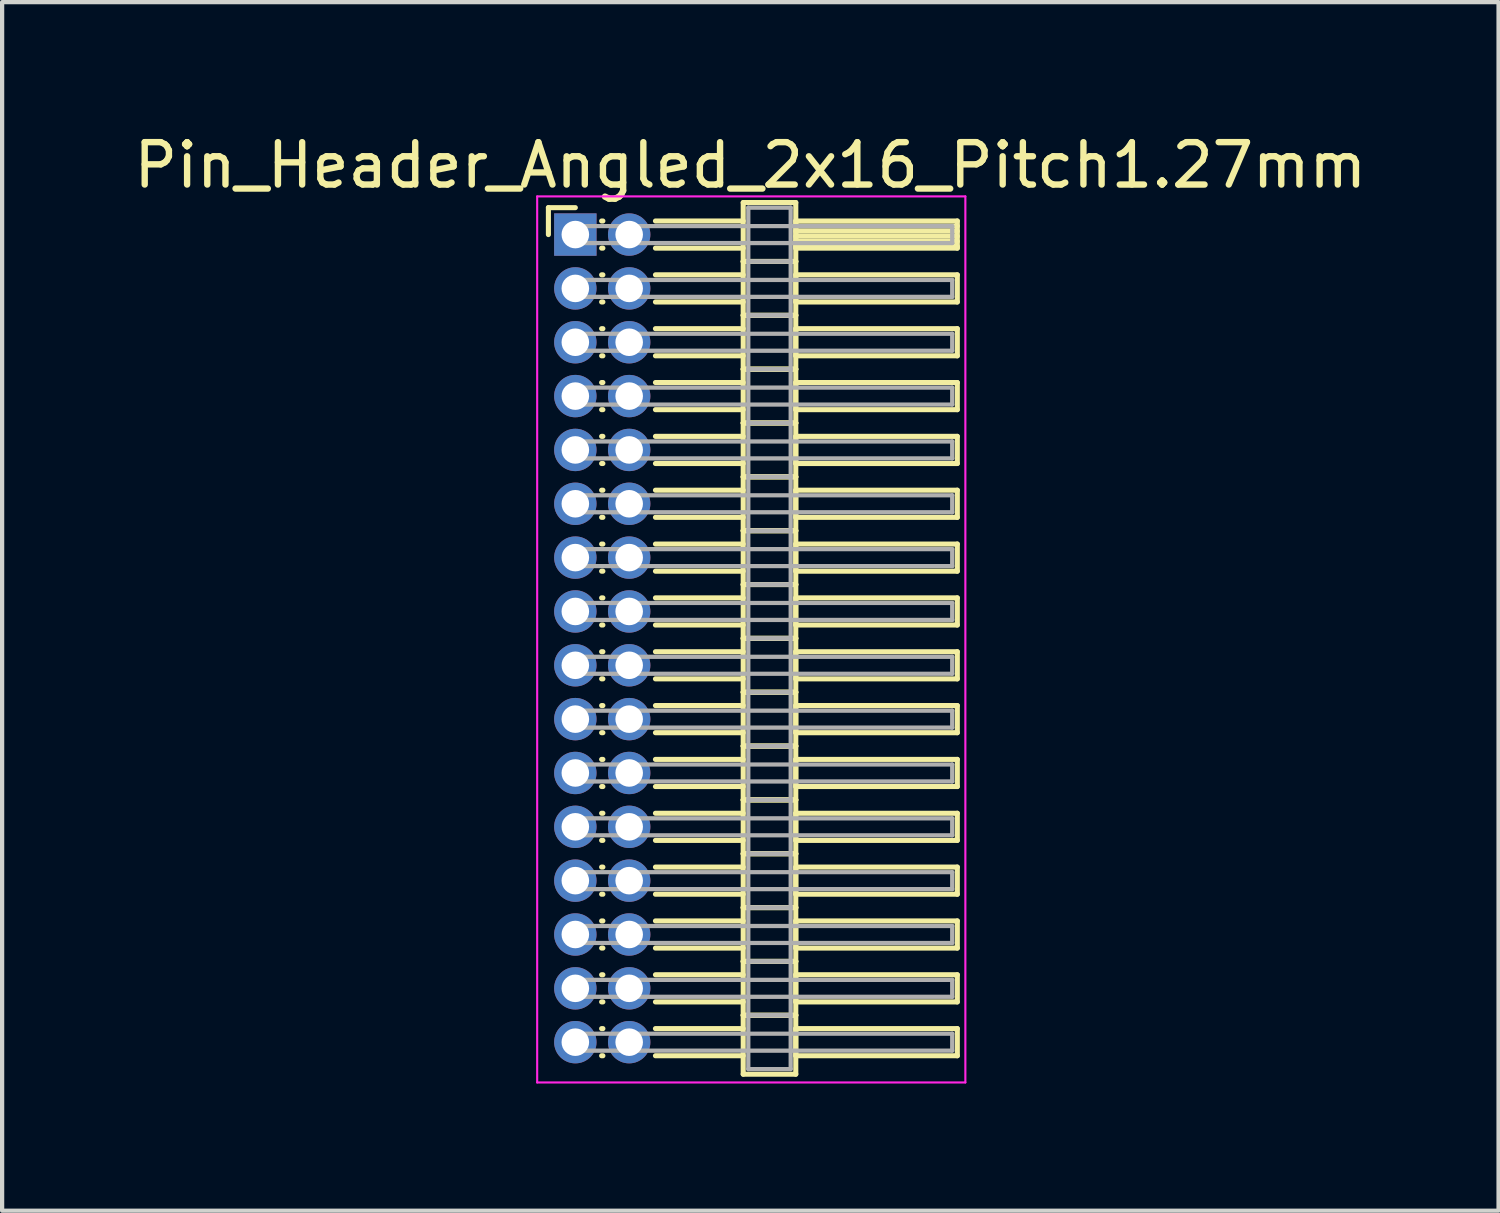
<source format=kicad_pcb>
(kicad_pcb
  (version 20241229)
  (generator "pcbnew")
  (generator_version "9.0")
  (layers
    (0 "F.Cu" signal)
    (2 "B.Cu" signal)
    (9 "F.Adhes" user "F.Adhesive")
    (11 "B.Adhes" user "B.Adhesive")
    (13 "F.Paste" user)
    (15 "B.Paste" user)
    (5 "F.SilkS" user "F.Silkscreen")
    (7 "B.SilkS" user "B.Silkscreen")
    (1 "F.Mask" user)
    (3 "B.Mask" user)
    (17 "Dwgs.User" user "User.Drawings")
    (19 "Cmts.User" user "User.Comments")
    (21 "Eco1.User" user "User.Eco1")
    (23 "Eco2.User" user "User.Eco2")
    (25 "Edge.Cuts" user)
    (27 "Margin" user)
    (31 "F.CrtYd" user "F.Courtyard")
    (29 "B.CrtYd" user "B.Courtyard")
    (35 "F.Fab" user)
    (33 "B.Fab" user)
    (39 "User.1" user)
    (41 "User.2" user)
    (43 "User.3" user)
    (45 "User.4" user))
  (footprint "Pin_Header_Angled_2x16_Pitch1.27mm"
    (layer "F.Cu")
    (at 10.521 2.483)
    (property "Reference" "Pin_Header_Angled_2x16_Pitch1.27mm" (at 4.128 -1.635 0) (layer "F.SilkS") (effects (font (size 1 1) (thickness 0.15))))
    (attr through_hole)
    (fp_line (start -0.635 -0.635) (end 0 -0.635) (stroke (width 0.12) (type solid)) (layer "F.SilkS"))
    (fp_line (start -0.635 0) (end -0.635 -0.635) (stroke (width 0.12) (type solid)) (layer "F.SilkS"))
    (fp_line (start 0.62 -0.32) (end 0.65 -0.32) (stroke (width 0.12) (type solid)) (layer "F.SilkS"))
    (fp_line (start 0.62 0.32) (end 0.65 0.32) (stroke (width 0.12) (type solid)) (layer "F.SilkS"))
    (fp_line (start 0.62 0.95) (end 0.65 0.95) (stroke (width 0.12) (type solid)) (layer "F.SilkS"))
    (fp_line (start 0.62 1.59) (end 0.65 1.59) (stroke (width 0.12) (type solid)) (layer "F.SilkS"))
    (fp_line (start 0.62 2.22) (end 0.65 2.22) (stroke (width 0.12) (type solid)) (layer "F.SilkS"))
    (fp_line (start 0.62 2.86) (end 0.65 2.86) (stroke (width 0.12) (type solid)) (layer "F.SilkS"))
    (fp_line (start 0.62 3.49) (end 0.65 3.49) (stroke (width 0.12) (type solid)) (layer "F.SilkS"))
    (fp_line (start 0.62 4.13) (end 0.65 4.13) (stroke (width 0.12) (type solid)) (layer "F.SilkS"))
    (fp_line (start 0.62 4.76) (end 0.65 4.76) (stroke (width 0.12) (type solid)) (layer "F.SilkS"))
    (fp_line (start 0.62 5.4) (end 0.65 5.4) (stroke (width 0.12) (type solid)) (layer "F.SilkS"))
    (fp_line (start 0.62 6.03) (end 0.65 6.03) (stroke (width 0.12) (type solid)) (layer "F.SilkS"))
    (fp_line (start 0.62 6.67) (end 0.65 6.67) (stroke (width 0.12) (type solid)) (layer "F.SilkS"))
    (fp_line (start 0.62 7.3) (end 0.65 7.3) (stroke (width 0.12) (type solid)) (layer "F.SilkS"))
    (fp_line (start 0.62 7.94) (end 0.65 7.94) (stroke (width 0.12) (type solid)) (layer "F.SilkS"))
    (fp_line (start 0.62 8.57) (end 0.65 8.57) (stroke (width 0.12) (type solid)) (layer "F.SilkS"))
    (fp_line (start 0.62 9.21) (end 0.65 9.21) (stroke (width 0.12) (type solid)) (layer "F.SilkS"))
    (fp_line (start 0.62 9.84) (end 0.65 9.84) (stroke (width 0.12) (type solid)) (layer "F.SilkS"))
    (fp_line (start 0.62 10.48) (end 0.65 10.48) (stroke (width 0.12) (type solid)) (layer "F.SilkS"))
    (fp_line (start 0.62 11.11) (end 0.65 11.11) (stroke (width 0.12) (type solid)) (layer "F.SilkS"))
    (fp_line (start 0.62 11.75) (end 0.65 11.75) (stroke (width 0.12) (type solid)) (layer "F.SilkS"))
    (fp_line (start 0.62 12.38) (end 0.65 12.38) (stroke (width 0.12) (type solid)) (layer "F.SilkS"))
    (fp_line (start 0.62 13.02) (end 0.65 13.02) (stroke (width 0.12) (type solid)) (layer "F.SilkS"))
    (fp_line (start 0.62 13.65) (end 0.65 13.65) (stroke (width 0.12) (type solid)) (layer "F.SilkS"))
    (fp_line (start 0.62 14.29) (end 0.65 14.29) (stroke (width 0.12) (type solid)) (layer "F.SilkS"))
    (fp_line (start 0.62 14.92) (end 0.65 14.92) (stroke (width 0.12) (type solid)) (layer "F.SilkS"))
    (fp_line (start 0.62 15.56) (end 0.65 15.56) (stroke (width 0.12) (type solid)) (layer "F.SilkS"))
    (fp_line (start 0.62 16.19) (end 0.65 16.19) (stroke (width 0.12) (type solid)) (layer "F.SilkS"))
    (fp_line (start 0.62 16.83) (end 0.65 16.83) (stroke (width 0.12) (type solid)) (layer "F.SilkS"))
    (fp_line (start 0.62 17.46) (end 0.65 17.46) (stroke (width 0.12) (type solid)) (layer "F.SilkS"))
    (fp_line (start 0.62 18.1) (end 0.65 18.1) (stroke (width 0.12) (type solid)) (layer "F.SilkS"))
    (fp_line (start 0.62 18.73) (end 0.65 18.73) (stroke (width 0.12) (type solid)) (layer "F.SilkS"))
    (fp_line (start 0.62 19.37) (end 0.65 19.37) (stroke (width 0.12) (type solid)) (layer "F.SilkS"))
    (fp_line (start 1.89 -0.32) (end 3.96 -0.32) (stroke (width 0.12) (type solid)) (layer "F.SilkS"))
    (fp_line (start 1.89 0.32) (end 3.96 0.32) (stroke (width 0.12) (type solid)) (layer "F.SilkS"))
    (fp_line (start 1.89 0.95) (end 3.96 0.95) (stroke (width 0.12) (type solid)) (layer "F.SilkS"))
    (fp_line (start 1.89 1.59) (end 3.96 1.59) (stroke (width 0.12) (type solid)) (layer "F.SilkS"))
    (fp_line (start 1.89 2.22) (end 3.96 2.22) (stroke (width 0.12) (type solid)) (layer "F.SilkS"))
    (fp_line (start 1.89 2.86) (end 3.96 2.86) (stroke (width 0.12) (type solid)) (layer "F.SilkS"))
    (fp_line (start 1.89 3.49) (end 3.96 3.49) (stroke (width 0.12) (type solid)) (layer "F.SilkS"))
    (fp_line (start 1.89 4.13) (end 3.96 4.13) (stroke (width 0.12) (type solid)) (layer "F.SilkS"))
    (fp_line (start 1.89 4.76) (end 3.96 4.76) (stroke (width 0.12) (type solid)) (layer "F.SilkS"))
    (fp_line (start 1.89 5.4) (end 3.96 5.4) (stroke (width 0.12) (type solid)) (layer "F.SilkS"))
    (fp_line (start 1.89 6.03) (end 3.96 6.03) (stroke (width 0.12) (type solid)) (layer "F.SilkS"))
    (fp_line (start 1.89 6.67) (end 3.96 6.67) (stroke (width 0.12) (type solid)) (layer "F.SilkS"))
    (fp_line (start 1.89 7.3) (end 3.96 7.3) (stroke (width 0.12) (type solid)) (layer "F.SilkS"))
    (fp_line (start 1.89 7.94) (end 3.96 7.94) (stroke (width 0.12) (type solid)) (layer "F.SilkS"))
    (fp_line (start 1.89 8.57) (end 3.96 8.57) (stroke (width 0.12) (type solid)) (layer "F.SilkS"))
    (fp_line (start 1.89 9.21) (end 3.96 9.21) (stroke (width 0.12) (type solid)) (layer "F.SilkS"))
    (fp_line (start 1.89 9.84) (end 3.96 9.84) (stroke (width 0.12) (type solid)) (layer "F.SilkS"))
    (fp_line (start 1.89 10.48) (end 3.96 10.48) (stroke (width 0.12) (type solid)) (layer "F.SilkS"))
    (fp_line (start 1.89 11.11) (end 3.96 11.11) (stroke (width 0.12) (type solid)) (layer "F.SilkS"))
    (fp_line (start 1.89 11.75) (end 3.96 11.75) (stroke (width 0.12) (type solid)) (layer "F.SilkS"))
    (fp_line (start 1.89 12.38) (end 3.96 12.38) (stroke (width 0.12) (type solid)) (layer "F.SilkS"))
    (fp_line (start 1.89 13.02) (end 3.96 13.02) (stroke (width 0.12) (type solid)) (layer "F.SilkS"))
    (fp_line (start 1.89 13.65) (end 3.96 13.65) (stroke (width 0.12) (type solid)) (layer "F.SilkS"))
    (fp_line (start 1.89 14.29) (end 3.96 14.29) (stroke (width 0.12) (type solid)) (layer "F.SilkS"))
    (fp_line (start 1.89 14.92) (end 3.96 14.92) (stroke (width 0.12) (type solid)) (layer "F.SilkS"))
    (fp_line (start 1.89 15.56) (end 3.96 15.56) (stroke (width 0.12) (type solid)) (layer "F.SilkS"))
    (fp_line (start 1.89 16.19) (end 3.96 16.19) (stroke (width 0.12) (type solid)) (layer "F.SilkS"))
    (fp_line (start 1.89 16.83) (end 3.96 16.83) (stroke (width 0.12) (type solid)) (layer "F.SilkS"))
    (fp_line (start 1.89 17.46) (end 3.96 17.46) (stroke (width 0.12) (type solid)) (layer "F.SilkS"))
    (fp_line (start 1.89 18.1) (end 3.96 18.1) (stroke (width 0.12) (type solid)) (layer "F.SilkS"))
    (fp_line (start 1.89 18.73) (end 3.96 18.73) (stroke (width 0.12) (type solid)) (layer "F.SilkS"))
    (fp_line (start 1.89 19.37) (end 3.96 19.37) (stroke (width 0.12) (type solid)) (layer "F.SilkS"))
    (fp_line (start 3.96 -0.755) (end 3.96 0.635) (stroke (width 0.12) (type solid)) (layer "F.SilkS"))
    (fp_line (start 3.96 0.635) (end 3.96 1.905) (stroke (width 0.12) (type solid)) (layer "F.SilkS"))
    (fp_line (start 3.96 0.635) (end 5.2 0.635) (stroke (width 0.12) (type solid)) (layer "F.SilkS"))
    (fp_line (start 3.96 1.905) (end 3.96 3.175) (stroke (width 0.12) (type solid)) (layer "F.SilkS"))
    (fp_line (start 3.96 1.905) (end 5.2 1.905) (stroke (width 0.12) (type solid)) (layer "F.SilkS"))
    (fp_line (start 3.96 3.175) (end 3.96 4.445) (stroke (width 0.12) (type solid)) (layer "F.SilkS"))
    (fp_line (start 3.96 3.175) (end 5.2 3.175) (stroke (width 0.12) (type solid)) (layer "F.SilkS"))
    (fp_line (start 3.96 4.445) (end 3.96 5.715) (stroke (width 0.12) (type solid)) (layer "F.SilkS"))
    (fp_line (start 3.96 4.445) (end 5.2 4.445) (stroke (width 0.12) (type solid)) (layer "F.SilkS"))
    (fp_line (start 3.96 5.715) (end 3.96 6.985) (stroke (width 0.12) (type solid)) (layer "F.SilkS"))
    (fp_line (start 3.96 5.715) (end 5.2 5.715) (stroke (width 0.12) (type solid)) (layer "F.SilkS"))
    (fp_line (start 3.96 6.985) (end 3.96 8.255) (stroke (width 0.12) (type solid)) (layer "F.SilkS"))
    (fp_line (start 3.96 6.985) (end 5.2 6.985) (stroke (width 0.12) (type solid)) (layer "F.SilkS"))
    (fp_line (start 3.96 8.255) (end 3.96 9.525) (stroke (width 0.12) (type solid)) (layer "F.SilkS"))
    (fp_line (start 3.96 8.255) (end 5.2 8.255) (stroke (width 0.12) (type solid)) (layer "F.SilkS"))
    (fp_line (start 3.96 9.525) (end 3.96 10.795) (stroke (width 0.12) (type solid)) (layer "F.SilkS"))
    (fp_line (start 3.96 9.525) (end 5.2 9.525) (stroke (width 0.12) (type solid)) (layer "F.SilkS"))
    (fp_line (start 3.96 10.795) (end 3.96 12.065) (stroke (width 0.12) (type solid)) (layer "F.SilkS"))
    (fp_line (start 3.96 10.795) (end 5.2 10.795) (stroke (width 0.12) (type solid)) (layer "F.SilkS"))
    (fp_line (start 3.96 12.065) (end 3.96 13.335) (stroke (width 0.12) (type solid)) (layer "F.SilkS"))
    (fp_line (start 3.96 12.065) (end 5.2 12.065) (stroke (width 0.12) (type solid)) (layer "F.SilkS"))
    (fp_line (start 3.96 13.335) (end 3.96 14.605) (stroke (width 0.12) (type solid)) (layer "F.SilkS"))
    (fp_line (start 3.96 13.335) (end 5.2 13.335) (stroke (width 0.12) (type solid)) (layer "F.SilkS"))
    (fp_line (start 3.96 14.605) (end 3.96 15.875) (stroke (width 0.12) (type solid)) (layer "F.SilkS"))
    (fp_line (start 3.96 14.605) (end 5.2 14.605) (stroke (width 0.12) (type solid)) (layer "F.SilkS"))
    (fp_line (start 3.96 15.875) (end 3.96 17.145) (stroke (width 0.12) (type solid)) (layer "F.SilkS"))
    (fp_line (start 3.96 15.875) (end 5.2 15.875) (stroke (width 0.12) (type solid)) (layer "F.SilkS"))
    (fp_line (start 3.96 17.145) (end 3.96 18.415) (stroke (width 0.12) (type solid)) (layer "F.SilkS"))
    (fp_line (start 3.96 17.145) (end 5.2 17.145) (stroke (width 0.12) (type solid)) (layer "F.SilkS"))
    (fp_line (start 3.96 18.415) (end 3.96 19.805) (stroke (width 0.12) (type solid)) (layer "F.SilkS"))
    (fp_line (start 3.96 18.415) (end 5.2 18.415) (stroke (width 0.12) (type solid)) (layer "F.SilkS"))
    (fp_line (start 3.96 19.805) (end 5.2 19.805) (stroke (width 0.12) (type solid)) (layer "F.SilkS"))
    (fp_line (start 5.2 -0.755) (end 3.96 -0.755) (stroke (width 0.12) (type solid)) (layer "F.SilkS"))
    (fp_line (start 5.2 -0.32) (end 5.2 0.32) (stroke (width 0.12) (type solid)) (layer "F.SilkS"))
    (fp_line (start 5.2 -0.2) (end 9.01 -0.2) (stroke (width 0.12) (type solid)) (layer "F.SilkS"))
    (fp_line (start 5.2 -0.08) (end 9.01 -0.08) (stroke (width 0.12) (type solid)) (layer "F.SilkS"))
    (fp_line (start 5.2 0.04) (end 9.01 0.04) (stroke (width 0.12) (type solid)) (layer "F.SilkS"))
    (fp_line (start 5.2 0.16) (end 9.01 0.16) (stroke (width 0.12) (type solid)) (layer "F.SilkS"))
    (fp_line (start 5.2 0.28) (end 9.01 0.28) (stroke (width 0.12) (type solid)) (layer "F.SilkS"))
    (fp_line (start 5.2 0.32) (end 9.01 0.32) (stroke (width 0.12) (type solid)) (layer "F.SilkS"))
    (fp_line (start 5.2 0.635) (end 3.96 0.635) (stroke (width 0.12) (type solid)) (layer "F.SilkS"))
    (fp_line (start 5.2 0.635) (end 5.2 -0.755) (stroke (width 0.12) (type solid)) (layer "F.SilkS"))
    (fp_line (start 5.2 0.95) (end 5.2 1.59) (stroke (width 0.12) (type solid)) (layer "F.SilkS"))
    (fp_line (start 5.2 1.59) (end 9.01 1.59) (stroke (width 0.12) (type solid)) (layer "F.SilkS"))
    (fp_line (start 5.2 1.905) (end 3.96 1.905) (stroke (width 0.12) (type solid)) (layer "F.SilkS"))
    (fp_line (start 5.2 1.905) (end 5.2 0.635) (stroke (width 0.12) (type solid)) (layer "F.SilkS"))
    (fp_line (start 5.2 2.22) (end 5.2 2.86) (stroke (width 0.12) (type solid)) (layer "F.SilkS"))
    (fp_line (start 5.2 2.86) (end 9.01 2.86) (stroke (width 0.12) (type solid)) (layer "F.SilkS"))
    (fp_line (start 5.2 3.175) (end 3.96 3.175) (stroke (width 0.12) (type solid)) (layer "F.SilkS"))
    (fp_line (start 5.2 3.175) (end 5.2 1.905) (stroke (width 0.12) (type solid)) (layer "F.SilkS"))
    (fp_line (start 5.2 3.49) (end 5.2 4.13) (stroke (width 0.12) (type solid)) (layer "F.SilkS"))
    (fp_line (start 5.2 4.13) (end 9.01 4.13) (stroke (width 0.12) (type solid)) (layer "F.SilkS"))
    (fp_line (start 5.2 4.445) (end 3.96 4.445) (stroke (width 0.12) (type solid)) (layer "F.SilkS"))
    (fp_line (start 5.2 4.445) (end 5.2 3.175) (stroke (width 0.12) (type solid)) (layer "F.SilkS"))
    (fp_line (start 5.2 4.76) (end 5.2 5.4) (stroke (width 0.12) (type solid)) (layer "F.SilkS"))
    (fp_line (start 5.2 5.4) (end 9.01 5.4) (stroke (width 0.12) (type solid)) (layer "F.SilkS"))
    (fp_line (start 5.2 5.715) (end 3.96 5.715) (stroke (width 0.12) (type solid)) (layer "F.SilkS"))
    (fp_line (start 5.2 5.715) (end 5.2 4.445) (stroke (width 0.12) (type solid)) (layer "F.SilkS"))
    (fp_line (start 5.2 6.03) (end 5.2 6.67) (stroke (width 0.12) (type solid)) (layer "F.SilkS"))
    (fp_line (start 5.2 6.67) (end 9.01 6.67) (stroke (width 0.12) (type solid)) (layer "F.SilkS"))
    (fp_line (start 5.2 6.985) (end 3.96 6.985) (stroke (width 0.12) (type solid)) (layer "F.SilkS"))
    (fp_line (start 5.2 6.985) (end 5.2 5.715) (stroke (width 0.12) (type solid)) (layer "F.SilkS"))
    (fp_line (start 5.2 7.3) (end 5.2 7.94) (stroke (width 0.12) (type solid)) (layer "F.SilkS"))
    (fp_line (start 5.2 7.94) (end 9.01 7.94) (stroke (width 0.12) (type solid)) (layer "F.SilkS"))
    (fp_line (start 5.2 8.255) (end 3.96 8.255) (stroke (width 0.12) (type solid)) (layer "F.SilkS"))
    (fp_line (start 5.2 8.255) (end 5.2 6.985) (stroke (width 0.12) (type solid)) (layer "F.SilkS"))
    (fp_line (start 5.2 8.57) (end 5.2 9.21) (stroke (width 0.12) (type solid)) (layer "F.SilkS"))
    (fp_line (start 5.2 9.21) (end 9.01 9.21) (stroke (width 0.12) (type solid)) (layer "F.SilkS"))
    (fp_line (start 5.2 9.525) (end 3.96 9.525) (stroke (width 0.12) (type solid)) (layer "F.SilkS"))
    (fp_line (start 5.2 9.525) (end 5.2 8.255) (stroke (width 0.12) (type solid)) (layer "F.SilkS"))
    (fp_line (start 5.2 9.84) (end 5.2 10.48) (stroke (width 0.12) (type solid)) (layer "F.SilkS"))
    (fp_line (start 5.2 10.48) (end 9.01 10.48) (stroke (width 0.12) (type solid)) (layer "F.SilkS"))
    (fp_line (start 5.2 10.795) (end 3.96 10.795) (stroke (width 0.12) (type solid)) (layer "F.SilkS"))
    (fp_line (start 5.2 10.795) (end 5.2 9.525) (stroke (width 0.12) (type solid)) (layer "F.SilkS"))
    (fp_line (start 5.2 11.11) (end 5.2 11.75) (stroke (width 0.12) (type solid)) (layer "F.SilkS"))
    (fp_line (start 5.2 11.75) (end 9.01 11.75) (stroke (width 0.12) (type solid)) (layer "F.SilkS"))
    (fp_line (start 5.2 12.065) (end 3.96 12.065) (stroke (width 0.12) (type solid)) (layer "F.SilkS"))
    (fp_line (start 5.2 12.065) (end 5.2 10.795) (stroke (width 0.12) (type solid)) (layer "F.SilkS"))
    (fp_line (start 5.2 12.38) (end 5.2 13.02) (stroke (width 0.12) (type solid)) (layer "F.SilkS"))
    (fp_line (start 5.2 13.02) (end 9.01 13.02) (stroke (width 0.12) (type solid)) (layer "F.SilkS"))
    (fp_line (start 5.2 13.335) (end 3.96 13.335) (stroke (width 0.12) (type solid)) (layer "F.SilkS"))
    (fp_line (start 5.2 13.335) (end 5.2 12.065) (stroke (width 0.12) (type solid)) (layer "F.SilkS"))
    (fp_line (start 5.2 13.65) (end 5.2 14.29) (stroke (width 0.12) (type solid)) (layer "F.SilkS"))
    (fp_line (start 5.2 14.29) (end 9.01 14.29) (stroke (width 0.12) (type solid)) (layer "F.SilkS"))
    (fp_line (start 5.2 14.605) (end 3.96 14.605) (stroke (width 0.12) (type solid)) (layer "F.SilkS"))
    (fp_line (start 5.2 14.605) (end 5.2 13.335) (stroke (width 0.12) (type solid)) (layer "F.SilkS"))
    (fp_line (start 5.2 14.92) (end 5.2 15.56) (stroke (width 0.12) (type solid)) (layer "F.SilkS"))
    (fp_line (start 5.2 15.56) (end 9.01 15.56) (stroke (width 0.12) (type solid)) (layer "F.SilkS"))
    (fp_line (start 5.2 15.875) (end 3.96 15.875) (stroke (width 0.12) (type solid)) (layer "F.SilkS"))
    (fp_line (start 5.2 15.875) (end 5.2 14.605) (stroke (width 0.12) (type solid)) (layer "F.SilkS"))
    (fp_line (start 5.2 16.19) (end 5.2 16.83) (stroke (width 0.12) (type solid)) (layer "F.SilkS"))
    (fp_line (start 5.2 16.83) (end 9.01 16.83) (stroke (width 0.12) (type solid)) (layer "F.SilkS"))
    (fp_line (start 5.2 17.145) (end 3.96 17.145) (stroke (width 0.12) (type solid)) (layer "F.SilkS"))
    (fp_line (start 5.2 17.145) (end 5.2 15.875) (stroke (width 0.12) (type solid)) (layer "F.SilkS"))
    (fp_line (start 5.2 17.46) (end 5.2 18.1) (stroke (width 0.12) (type solid)) (layer "F.SilkS"))
    (fp_line (start 5.2 18.1) (end 9.01 18.1) (stroke (width 0.12) (type solid)) (layer "F.SilkS"))
    (fp_line (start 5.2 18.415) (end 3.96 18.415) (stroke (width 0.12) (type solid)) (layer "F.SilkS"))
    (fp_line (start 5.2 18.415) (end 5.2 17.145) (stroke (width 0.12) (type solid)) (layer "F.SilkS"))
    (fp_line (start 5.2 18.73) (end 5.2 19.37) (stroke (width 0.12) (type solid)) (layer "F.SilkS"))
    (fp_line (start 5.2 19.37) (end 9.01 19.37) (stroke (width 0.12) (type solid)) (layer "F.SilkS"))
    (fp_line (start 5.2 19.805) (end 5.2 18.415) (stroke (width 0.12) (type solid)) (layer "F.SilkS"))
    (fp_line (start 9.01 -0.32) (end 5.2 -0.32) (stroke (width 0.12) (type solid)) (layer "F.SilkS"))
    (fp_line (start 9.01 0.32) (end 9.01 -0.32) (stroke (width 0.12) (type solid)) (layer "F.SilkS"))
    (fp_line (start 9.01 0.95) (end 5.2 0.95) (stroke (width 0.12) (type solid)) (layer "F.SilkS"))
    (fp_line (start 9.01 1.59) (end 9.01 0.95) (stroke (width 0.12) (type solid)) (layer "F.SilkS"))
    (fp_line (start 9.01 2.22) (end 5.2 2.22) (stroke (width 0.12) (type solid)) (layer "F.SilkS"))
    (fp_line (start 9.01 2.86) (end 9.01 2.22) (stroke (width 0.12) (type solid)) (layer "F.SilkS"))
    (fp_line (start 9.01 3.49) (end 5.2 3.49) (stroke (width 0.12) (type solid)) (layer "F.SilkS"))
    (fp_line (start 9.01 4.13) (end 9.01 3.49) (stroke (width 0.12) (type solid)) (layer "F.SilkS"))
    (fp_line (start 9.01 4.76) (end 5.2 4.76) (stroke (width 0.12) (type solid)) (layer "F.SilkS"))
    (fp_line (start 9.01 5.4) (end 9.01 4.76) (stroke (width 0.12) (type solid)) (layer "F.SilkS"))
    (fp_line (start 9.01 6.03) (end 5.2 6.03) (stroke (width 0.12) (type solid)) (layer "F.SilkS"))
    (fp_line (start 9.01 6.67) (end 9.01 6.03) (stroke (width 0.12) (type solid)) (layer "F.SilkS"))
    (fp_line (start 9.01 7.3) (end 5.2 7.3) (stroke (width 0.12) (type solid)) (layer "F.SilkS"))
    (fp_line (start 9.01 7.94) (end 9.01 7.3) (stroke (width 0.12) (type solid)) (layer "F.SilkS"))
    (fp_line (start 9.01 8.57) (end 5.2 8.57) (stroke (width 0.12) (type solid)) (layer "F.SilkS"))
    (fp_line (start 9.01 9.21) (end 9.01 8.57) (stroke (width 0.12) (type solid)) (layer "F.SilkS"))
    (fp_line (start 9.01 9.84) (end 5.2 9.84) (stroke (width 0.12) (type solid)) (layer "F.SilkS"))
    (fp_line (start 9.01 10.48) (end 9.01 9.84) (stroke (width 0.12) (type solid)) (layer "F.SilkS"))
    (fp_line (start 9.01 11.11) (end 5.2 11.11) (stroke (width 0.12) (type solid)) (layer "F.SilkS"))
    (fp_line (start 9.01 11.75) (end 9.01 11.11) (stroke (width 0.12) (type solid)) (layer "F.SilkS"))
    (fp_line (start 9.01 12.38) (end 5.2 12.38) (stroke (width 0.12) (type solid)) (layer "F.SilkS"))
    (fp_line (start 9.01 13.02) (end 9.01 12.38) (stroke (width 0.12) (type solid)) (layer "F.SilkS"))
    (fp_line (start 9.01 13.65) (end 5.2 13.65) (stroke (width 0.12) (type solid)) (layer "F.SilkS"))
    (fp_line (start 9.01 14.29) (end 9.01 13.65) (stroke (width 0.12) (type solid)) (layer "F.SilkS"))
    (fp_line (start 9.01 14.92) (end 5.2 14.92) (stroke (width 0.12) (type solid)) (layer "F.SilkS"))
    (fp_line (start 9.01 15.56) (end 9.01 14.92) (stroke (width 0.12) (type solid)) (layer "F.SilkS"))
    (fp_line (start 9.01 16.19) (end 5.2 16.19) (stroke (width 0.12) (type solid)) (layer "F.SilkS"))
    (fp_line (start 9.01 16.83) (end 9.01 16.19) (stroke (width 0.12) (type solid)) (layer "F.SilkS"))
    (fp_line (start 9.01 17.46) (end 5.2 17.46) (stroke (width 0.12) (type solid)) (layer "F.SilkS"))
    (fp_line (start 9.01 18.1) (end 9.01 17.46) (stroke (width 0.12) (type solid)) (layer "F.SilkS"))
    (fp_line (start 9.01 18.73) (end 5.2 18.73) (stroke (width 0.12) (type solid)) (layer "F.SilkS"))
    (fp_line (start 9.01 19.37) (end 9.01 18.73) (stroke (width 0.12) (type solid)) (layer "F.SilkS"))
    (fp_line (start -0.9 -0.9) (end -0.9 20) (stroke (width 0.05) (type solid)) (layer "F.CrtYd"))
    (fp_line (start -0.9 20) (end 9.2 20) (stroke (width 0.05) (type solid)) (layer "F.CrtYd"))
    (fp_line (start 9.2 -0.9) (end -0.9 -0.9) (stroke (width 0.05) (type solid)) (layer "F.CrtYd"))
    (fp_line (start 9.2 20) (end 9.2 -0.9) (stroke (width 0.05) (type solid)) (layer "F.CrtYd"))
    (fp_line (start 0 -0.2) (end 0 0.2) (stroke (width 0.1) (type solid)) (layer "F.Fab"))
    (fp_line (start 0 0.2) (end 8.89 0.2) (stroke (width 0.1) (type solid)) (layer "F.Fab"))
    (fp_line (start 0 1.07) (end 0 1.47) (stroke (width 0.1) (type solid)) (layer "F.Fab"))
    (fp_line (start 0 1.47) (end 8.89 1.47) (stroke (width 0.1) (type solid)) (layer "F.Fab"))
    (fp_line (start 0 2.34) (end 0 2.74) (stroke (width 0.1) (type solid)) (layer "F.Fab"))
    (fp_line (start 0 2.74) (end 8.89 2.74) (stroke (width 0.1) (type solid)) (layer "F.Fab"))
    (fp_line (start 0 3.61) (end 0 4.01) (stroke (width 0.1) (type solid)) (layer "F.Fab"))
    (fp_line (start 0 4.01) (end 8.89 4.01) (stroke (width 0.1) (type solid)) (layer "F.Fab"))
    (fp_line (start 0 4.88) (end 0 5.28) (stroke (width 0.1) (type solid)) (layer "F.Fab"))
    (fp_line (start 0 5.28) (end 8.89 5.28) (stroke (width 0.1) (type solid)) (layer "F.Fab"))
    (fp_line (start 0 6.15) (end 0 6.55) (stroke (width 0.1) (type solid)) (layer "F.Fab"))
    (fp_line (start 0 6.55) (end 8.89 6.55) (stroke (width 0.1) (type solid)) (layer "F.Fab"))
    (fp_line (start 0 7.42) (end 0 7.82) (stroke (width 0.1) (type solid)) (layer "F.Fab"))
    (fp_line (start 0 7.82) (end 8.89 7.82) (stroke (width 0.1) (type solid)) (layer "F.Fab"))
    (fp_line (start 0 8.69) (end 0 9.09) (stroke (width 0.1) (type solid)) (layer "F.Fab"))
    (fp_line (start 0 9.09) (end 8.89 9.09) (stroke (width 0.1) (type solid)) (layer "F.Fab"))
    (fp_line (start 0 9.96) (end 0 10.36) (stroke (width 0.1) (type solid)) (layer "F.Fab"))
    (fp_line (start 0 10.36) (end 8.89 10.36) (stroke (width 0.1) (type solid)) (layer "F.Fab"))
    (fp_line (start 0 11.23) (end 0 11.63) (stroke (width 0.1) (type solid)) (layer "F.Fab"))
    (fp_line (start 0 11.63) (end 8.89 11.63) (stroke (width 0.1) (type solid)) (layer "F.Fab"))
    (fp_line (start 0 12.5) (end 0 12.9) (stroke (width 0.1) (type solid)) (layer "F.Fab"))
    (fp_line (start 0 12.9) (end 8.89 12.9) (stroke (width 0.1) (type solid)) (layer "F.Fab"))
    (fp_line (start 0 13.77) (end 0 14.17) (stroke (width 0.1) (type solid)) (layer "F.Fab"))
    (fp_line (start 0 14.17) (end 8.89 14.17) (stroke (width 0.1) (type solid)) (layer "F.Fab"))
    (fp_line (start 0 15.04) (end 0 15.44) (stroke (width 0.1) (type solid)) (layer "F.Fab"))
    (fp_line (start 0 15.44) (end 8.89 15.44) (stroke (width 0.1) (type solid)) (layer "F.Fab"))
    (fp_line (start 0 16.31) (end 0 16.71) (stroke (width 0.1) (type solid)) (layer "F.Fab"))
    (fp_line (start 0 16.71) (end 8.89 16.71) (stroke (width 0.1) (type solid)) (layer "F.Fab"))
    (fp_line (start 0 17.58) (end 0 17.98) (stroke (width 0.1) (type solid)) (layer "F.Fab"))
    (fp_line (start 0 17.98) (end 8.89 17.98) (stroke (width 0.1) (type solid)) (layer "F.Fab"))
    (fp_line (start 0 18.85) (end 0 19.25) (stroke (width 0.1) (type solid)) (layer "F.Fab"))
    (fp_line (start 0 19.25) (end 8.89 19.25) (stroke (width 0.1) (type solid)) (layer "F.Fab"))
    (fp_line (start 4.08 -0.635) (end 4.08 0.635) (stroke (width 0.1) (type solid)) (layer "F.Fab"))
    (fp_line (start 4.08 0.635) (end 4.08 1.905) (stroke (width 0.1) (type solid)) (layer "F.Fab"))
    (fp_line (start 4.08 0.635) (end 5.08 0.635) (stroke (width 0.1) (type solid)) (layer "F.Fab"))
    (fp_line (start 4.08 1.905) (end 4.08 3.175) (stroke (width 0.1) (type solid)) (layer "F.Fab"))
    (fp_line (start 4.08 1.905) (end 5.08 1.905) (stroke (width 0.1) (type solid)) (layer "F.Fab"))
    (fp_line (start 4.08 3.175) (end 4.08 4.445) (stroke (width 0.1) (type solid)) (layer "F.Fab"))
    (fp_line (start 4.08 3.175) (end 5.08 3.175) (stroke (width 0.1) (type solid)) (layer "F.Fab"))
    (fp_line (start 4.08 4.445) (end 4.08 5.715) (stroke (width 0.1) (type solid)) (layer "F.Fab"))
    (fp_line (start 4.08 4.445) (end 5.08 4.445) (stroke (width 0.1) (type solid)) (layer "F.Fab"))
    (fp_line (start 4.08 5.715) (end 4.08 6.985) (stroke (width 0.1) (type solid)) (layer "F.Fab"))
    (fp_line (start 4.08 5.715) (end 5.08 5.715) (stroke (width 0.1) (type solid)) (layer "F.Fab"))
    (fp_line (start 4.08 6.985) (end 4.08 8.255) (stroke (width 0.1) (type solid)) (layer "F.Fab"))
    (fp_line (start 4.08 6.985) (end 5.08 6.985) (stroke (width 0.1) (type solid)) (layer "F.Fab"))
    (fp_line (start 4.08 8.255) (end 4.08 9.525) (stroke (width 0.1) (type solid)) (layer "F.Fab"))
    (fp_line (start 4.08 8.255) (end 5.08 8.255) (stroke (width 0.1) (type solid)) (layer "F.Fab"))
    (fp_line (start 4.08 9.525) (end 4.08 10.795) (stroke (width 0.1) (type solid)) (layer "F.Fab"))
    (fp_line (start 4.08 9.525) (end 5.08 9.525) (stroke (width 0.1) (type solid)) (layer "F.Fab"))
    (fp_line (start 4.08 10.795) (end 4.08 12.065) (stroke (width 0.1) (type solid)) (layer "F.Fab"))
    (fp_line (start 4.08 10.795) (end 5.08 10.795) (stroke (width 0.1) (type solid)) (layer "F.Fab"))
    (fp_line (start 4.08 12.065) (end 4.08 13.335) (stroke (width 0.1) (type solid)) (layer "F.Fab"))
    (fp_line (start 4.08 12.065) (end 5.08 12.065) (stroke (width 0.1) (type solid)) (layer "F.Fab"))
    (fp_line (start 4.08 13.335) (end 4.08 14.605) (stroke (width 0.1) (type solid)) (layer "F.Fab"))
    (fp_line (start 4.08 13.335) (end 5.08 13.335) (stroke (width 0.1) (type solid)) (layer "F.Fab"))
    (fp_line (start 4.08 14.605) (end 4.08 15.875) (stroke (width 0.1) (type solid)) (layer "F.Fab"))
    (fp_line (start 4.08 14.605) (end 5.08 14.605) (stroke (width 0.1) (type solid)) (layer "F.Fab"))
    (fp_line (start 4.08 15.875) (end 4.08 17.145) (stroke (width 0.1) (type solid)) (layer "F.Fab"))
    (fp_line (start 4.08 15.875) (end 5.08 15.875) (stroke (width 0.1) (type solid)) (layer "F.Fab"))
    (fp_line (start 4.08 17.145) (end 4.08 18.415) (stroke (width 0.1) (type solid)) (layer "F.Fab"))
    (fp_line (start 4.08 17.145) (end 5.08 17.145) (stroke (width 0.1) (type solid)) (layer "F.Fab"))
    (fp_line (start 4.08 18.415) (end 4.08 19.685) (stroke (width 0.1) (type solid)) (layer "F.Fab"))
    (fp_line (start 4.08 18.415) (end 5.08 18.415) (stroke (width 0.1) (type solid)) (layer "F.Fab"))
    (fp_line (start 4.08 19.685) (end 5.08 19.685) (stroke (width 0.1) (type solid)) (layer "F.Fab"))
    (fp_line (start 5.08 -0.635) (end 4.08 -0.635) (stroke (width 0.1) (type solid)) (layer "F.Fab"))
    (fp_line (start 5.08 0.635) (end 4.08 0.635) (stroke (width 0.1) (type solid)) (layer "F.Fab"))
    (fp_line (start 5.08 0.635) (end 5.08 -0.635) (stroke (width 0.1) (type solid)) (layer "F.Fab"))
    (fp_line (start 5.08 1.905) (end 4.08 1.905) (stroke (width 0.1) (type solid)) (layer "F.Fab"))
    (fp_line (start 5.08 1.905) (end 5.08 0.635) (stroke (width 0.1) (type solid)) (layer "F.Fab"))
    (fp_line (start 5.08 3.175) (end 4.08 3.175) (stroke (width 0.1) (type solid)) (layer "F.Fab"))
    (fp_line (start 5.08 3.175) (end 5.08 1.905) (stroke (width 0.1) (type solid)) (layer "F.Fab"))
    (fp_line (start 5.08 4.445) (end 4.08 4.445) (stroke (width 0.1) (type solid)) (layer "F.Fab"))
    (fp_line (start 5.08 4.445) (end 5.08 3.175) (stroke (width 0.1) (type solid)) (layer "F.Fab"))
    (fp_line (start 5.08 5.715) (end 4.08 5.715) (stroke (width 0.1) (type solid)) (layer "F.Fab"))
    (fp_line (start 5.08 5.715) (end 5.08 4.445) (stroke (width 0.1) (type solid)) (layer "F.Fab"))
    (fp_line (start 5.08 6.985) (end 4.08 6.985) (stroke (width 0.1) (type solid)) (layer "F.Fab"))
    (fp_line (start 5.08 6.985) (end 5.08 5.715) (stroke (width 0.1) (type solid)) (layer "F.Fab"))
    (fp_line (start 5.08 8.255) (end 4.08 8.255) (stroke (width 0.1) (type solid)) (layer "F.Fab"))
    (fp_line (start 5.08 8.255) (end 5.08 6.985) (stroke (width 0.1) (type solid)) (layer "F.Fab"))
    (fp_line (start 5.08 9.525) (end 4.08 9.525) (stroke (width 0.1) (type solid)) (layer "F.Fab"))
    (fp_line (start 5.08 9.525) (end 5.08 8.255) (stroke (width 0.1) (type solid)) (layer "F.Fab"))
    (fp_line (start 5.08 10.795) (end 4.08 10.795) (stroke (width 0.1) (type solid)) (layer "F.Fab"))
    (fp_line (start 5.08 10.795) (end 5.08 9.525) (stroke (width 0.1) (type solid)) (layer "F.Fab"))
    (fp_line (start 5.08 12.065) (end 4.08 12.065) (stroke (width 0.1) (type solid)) (layer "F.Fab"))
    (fp_line (start 5.08 12.065) (end 5.08 10.795) (stroke (width 0.1) (type solid)) (layer "F.Fab"))
    (fp_line (start 5.08 13.335) (end 4.08 13.335) (stroke (width 0.1) (type solid)) (layer "F.Fab"))
    (fp_line (start 5.08 13.335) (end 5.08 12.065) (stroke (width 0.1) (type solid)) (layer "F.Fab"))
    (fp_line (start 5.08 14.605) (end 4.08 14.605) (stroke (width 0.1) (type solid)) (layer "F.Fab"))
    (fp_line (start 5.08 14.605) (end 5.08 13.335) (stroke (width 0.1) (type solid)) (layer "F.Fab"))
    (fp_line (start 5.08 15.875) (end 4.08 15.875) (stroke (width 0.1) (type solid)) (layer "F.Fab"))
    (fp_line (start 5.08 15.875) (end 5.08 14.605) (stroke (width 0.1) (type solid)) (layer "F.Fab"))
    (fp_line (start 5.08 17.145) (end 4.08 17.145) (stroke (width 0.1) (type solid)) (layer "F.Fab"))
    (fp_line (start 5.08 17.145) (end 5.08 15.875) (stroke (width 0.1) (type solid)) (layer "F.Fab"))
    (fp_line (start 5.08 18.415) (end 4.08 18.415) (stroke (width 0.1) (type solid)) (layer "F.Fab"))
    (fp_line (start 5.08 18.415) (end 5.08 17.145) (stroke (width 0.1) (type solid)) (layer "F.Fab"))
    (fp_line (start 5.08 19.685) (end 5.08 18.415) (stroke (width 0.1) (type solid)) (layer "F.Fab"))
    (fp_line (start 8.89 -0.2) (end 0 -0.2) (stroke (width 0.1) (type solid)) (layer "F.Fab"))
    (fp_line (start 8.89 0.2) (end 8.89 -0.2) (stroke (width 0.1) (type solid)) (layer "F.Fab"))
    (fp_line (start 8.89 1.07) (end 0 1.07) (stroke (width 0.1) (type solid)) (layer "F.Fab"))
    (fp_line (start 8.89 1.47) (end 8.89 1.07) (stroke (width 0.1) (type solid)) (layer "F.Fab"))
    (fp_line (start 8.89 2.34) (end 0 2.34) (stroke (width 0.1) (type solid)) (layer "F.Fab"))
    (fp_line (start 8.89 2.74) (end 8.89 2.34) (stroke (width 0.1) (type solid)) (layer "F.Fab"))
    (fp_line (start 8.89 3.61) (end 0 3.61) (stroke (width 0.1) (type solid)) (layer "F.Fab"))
    (fp_line (start 8.89 4.01) (end 8.89 3.61) (stroke (width 0.1) (type solid)) (layer "F.Fab"))
    (fp_line (start 8.89 4.88) (end 0 4.88) (stroke (width 0.1) (type solid)) (layer "F.Fab"))
    (fp_line (start 8.89 5.28) (end 8.89 4.88) (stroke (width 0.1) (type solid)) (layer "F.Fab"))
    (fp_line (start 8.89 6.15) (end 0 6.15) (stroke (width 0.1) (type solid)) (layer "F.Fab"))
    (fp_line (start 8.89 6.55) (end 8.89 6.15) (stroke (width 0.1) (type solid)) (layer "F.Fab"))
    (fp_line (start 8.89 7.42) (end 0 7.42) (stroke (width 0.1) (type solid)) (layer "F.Fab"))
    (fp_line (start 8.89 7.82) (end 8.89 7.42) (stroke (width 0.1) (type solid)) (layer "F.Fab"))
    (fp_line (start 8.89 8.69) (end 0 8.69) (stroke (width 0.1) (type solid)) (layer "F.Fab"))
    (fp_line (start 8.89 9.09) (end 8.89 8.69) (stroke (width 0.1) (type solid)) (layer "F.Fab"))
    (fp_line (start 8.89 9.96) (end 0 9.96) (stroke (width 0.1) (type solid)) (layer "F.Fab"))
    (fp_line (start 8.89 10.36) (end 8.89 9.96) (stroke (width 0.1) (type solid)) (layer "F.Fab"))
    (fp_line (start 8.89 11.23) (end 0 11.23) (stroke (width 0.1) (type solid)) (layer "F.Fab"))
    (fp_line (start 8.89 11.63) (end 8.89 11.23) (stroke (width 0.1) (type solid)) (layer "F.Fab"))
    (fp_line (start 8.89 12.5) (end 0 12.5) (stroke (width 0.1) (type solid)) (layer "F.Fab"))
    (fp_line (start 8.89 12.9) (end 8.89 12.5) (stroke (width 0.1) (type solid)) (layer "F.Fab"))
    (fp_line (start 8.89 13.77) (end 0 13.77) (stroke (width 0.1) (type solid)) (layer "F.Fab"))
    (fp_line (start 8.89 14.17) (end 8.89 13.77) (stroke (width 0.1) (type solid)) (layer "F.Fab"))
    (fp_line (start 8.89 15.04) (end 0 15.04) (stroke (width 0.1) (type solid)) (layer "F.Fab"))
    (fp_line (start 8.89 15.44) (end 8.89 15.04) (stroke (width 0.1) (type solid)) (layer "F.Fab"))
    (fp_line (start 8.89 16.31) (end 0 16.31) (stroke (width 0.1) (type solid)) (layer "F.Fab"))
    (fp_line (start 8.89 16.71) (end 8.89 16.31) (stroke (width 0.1) (type solid)) (layer "F.Fab"))
    (fp_line (start 8.89 17.58) (end 0 17.58) (stroke (width 0.1) (type solid)) (layer "F.Fab"))
    (fp_line (start 8.89 17.98) (end 8.89 17.58) (stroke (width 0.1) (type solid)) (layer "F.Fab"))
    (fp_line (start 8.89 18.85) (end 0 18.85) (stroke (width 0.1) (type solid)) (layer "F.Fab"))
    (fp_line (start 8.89 19.25) (end 8.89 18.85) (stroke (width 0.1) (type solid)) (layer "F.Fab"))
    (pad "1" thru_hole rect (at 0 0) (size 1 1) (drill 0.65) (layers "*.Cu" "*.Mask"))
    (pad "2" thru_hole oval (at 1.27 0) (size 1 1) (drill 0.65) (layers "*.Cu" "*.Mask"))
    (pad "3" thru_hole oval (at 0 1.27) (size 1 1) (drill 0.65) (layers "*.Cu" "*.Mask"))
    (pad "4" thru_hole oval (at 1.27 1.27) (size 1 1) (drill 0.65) (layers "*.Cu" "*.Mask"))
    (pad "5" thru_hole oval (at 0 2.54) (size 1 1) (drill 0.65) (layers "*.Cu" "*.Mask"))
    (pad "6" thru_hole oval (at 1.27 2.54) (size 1 1) (drill 0.65) (layers "*.Cu" "*.Mask"))
    (pad "7" thru_hole oval (at 0 3.81) (size 1 1) (drill 0.65) (layers "*.Cu" "*.Mask"))
    (pad "8" thru_hole oval (at 1.27 3.81) (size 1 1) (drill 0.65) (layers "*.Cu" "*.Mask"))
    (pad "9" thru_hole oval (at 0 5.08) (size 1 1) (drill 0.65) (layers "*.Cu" "*.Mask"))
    (pad "10" thru_hole oval (at 1.27 5.08) (size 1 1) (drill 0.65) (layers "*.Cu" "*.Mask"))
    (pad "11" thru_hole oval (at 0 6.35) (size 1 1) (drill 0.65) (layers "*.Cu" "*.Mask"))
    (pad "12" thru_hole oval (at 1.27 6.35) (size 1 1) (drill 0.65) (layers "*.Cu" "*.Mask"))
    (pad "13" thru_hole oval (at 0 7.62) (size 1 1) (drill 0.65) (layers "*.Cu" "*.Mask"))
    (pad "14" thru_hole oval (at 1.27 7.62) (size 1 1) (drill 0.65) (layers "*.Cu" "*.Mask"))
    (pad "15" thru_hole oval (at 0 8.89) (size 1 1) (drill 0.65) (layers "*.Cu" "*.Mask"))
    (pad "16" thru_hole oval (at 1.27 8.89) (size 1 1) (drill 0.65) (layers "*.Cu" "*.Mask"))
    (pad "17" thru_hole oval (at 0 10.16) (size 1 1) (drill 0.65) (layers "*.Cu" "*.Mask"))
    (pad "18" thru_hole oval (at 1.27 10.16) (size 1 1) (drill 0.65) (layers "*.Cu" "*.Mask"))
    (pad "19" thru_hole oval (at 0 11.43) (size 1 1) (drill 0.65) (layers "*.Cu" "*.Mask"))
    (pad "20" thru_hole oval (at 1.27 11.43) (size 1 1) (drill 0.65) (layers "*.Cu" "*.Mask"))
    (pad "21" thru_hole oval (at 0 12.7) (size 1 1) (drill 0.65) (layers "*.Cu" "*.Mask"))
    (pad "22" thru_hole oval (at 1.27 12.7) (size 1 1) (drill 0.65) (layers "*.Cu" "*.Mask"))
    (pad "23" thru_hole oval (at 0 13.97) (size 1 1) (drill 0.65) (layers "*.Cu" "*.Mask"))
    (pad "24" thru_hole oval (at 1.27 13.97) (size 1 1) (drill 0.65) (layers "*.Cu" "*.Mask"))
    (pad "25" thru_hole oval (at 0 15.24) (size 1 1) (drill 0.65) (layers "*.Cu" "*.Mask"))
    (pad "26" thru_hole oval (at 1.27 15.24) (size 1 1) (drill 0.65) (layers "*.Cu" "*.Mask"))
    (pad "27" thru_hole oval (at 0 16.51) (size 1 1) (drill 0.65) (layers "*.Cu" "*.Mask"))
    (pad "28" thru_hole oval (at 1.27 16.51) (size 1 1) (drill 0.65) (layers "*.Cu" "*.Mask"))
    (pad "29" thru_hole oval (at 0 17.78) (size 1 1) (drill 0.65) (layers "*.Cu" "*.Mask"))
    (pad "30" thru_hole oval (at 1.27 17.78) (size 1 1) (drill 0.65) (layers "*.Cu" "*.Mask"))
    (pad "31" thru_hole oval (at 0 19.05) (size 1 1) (drill 0.65) (layers "*.Cu" "*.Mask"))
    (pad "32" thru_hole oval (at 1.27 19.05) (size 1 1) (drill 0.65) (layers "*.Cu" "*.Mask")))
  (gr_rect
    (start -3 -3)
    (end 32.298 25.508)
    (stroke (width 0.1) (type default))
    (fill no)
    (layer "Edge.Cuts")))
</source>
